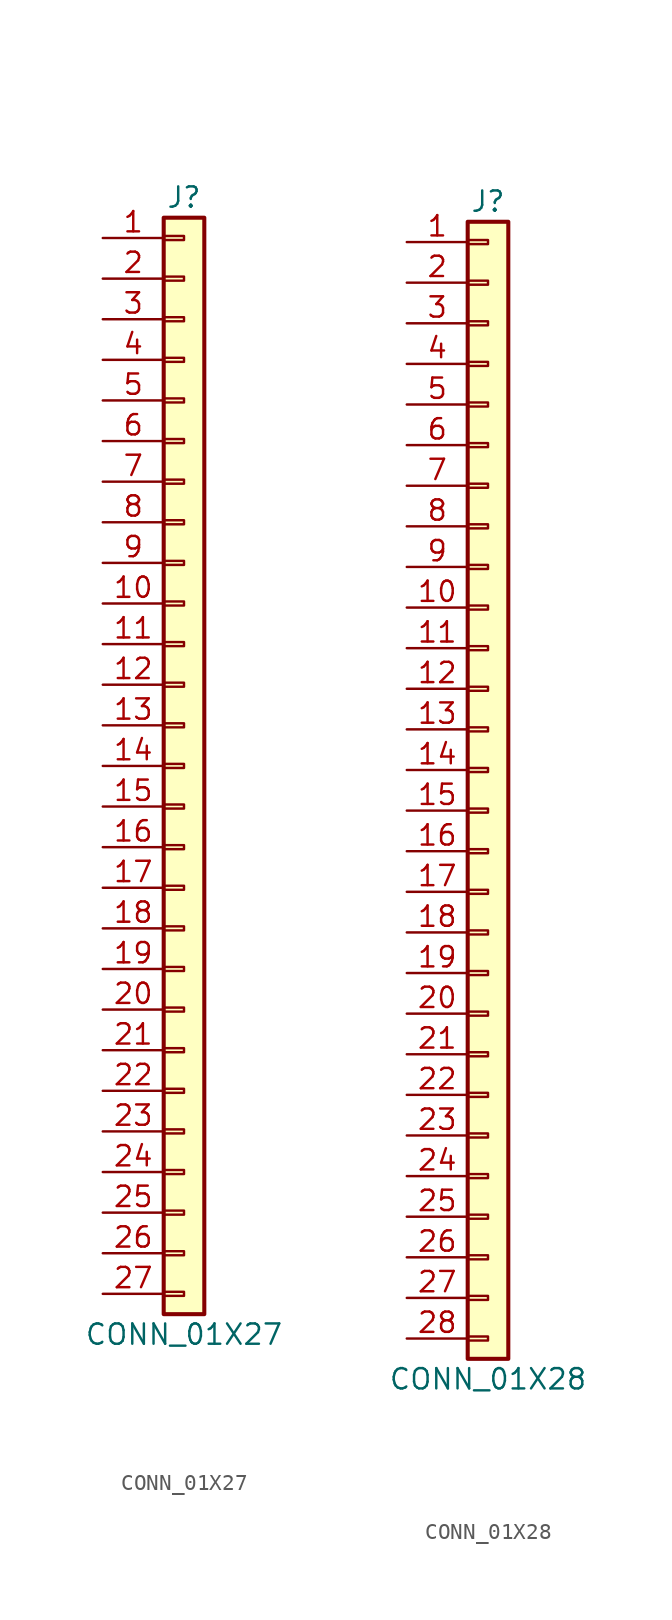
<source format=kicad_sym>
(kicad_symbol_lib
  (version 20211014)
  (generator kicad_symbol_editor)
  (symbol "CONN_01X27"
    (pin_names
      (offset 1.016) hide)
    (property "Reference" "J"
      (at 0 35.56 0)
      (effects (font (size 1.27 1.27))))
    (property "Value" "CONN_01X27"
      (at 0 -35.56 0)
      (effects (font (size 1.27 1.27))))
    (symbol "CONN_01X27_1_1"
      (rectangle (start -1.27 -32.893) (end 0 -33.147) (stroke (width 0.152) (type default) (color 0 0 0 0)) (fill (type none)))
      (rectangle (start -1.27 -30.353) (end 0 -30.607) (stroke (width 0.152) (type default) (color 0 0 0 0)) (fill (type none)))
      (rectangle (start -1.27 -27.813) (end 0 -28.067) (stroke (width 0.152) (type default) (color 0 0 0 0)) (fill (type none)))
      (rectangle (start -1.27 -25.273) (end 0 -25.527) (stroke (width 0.152) (type default) (color 0 0 0 0)) (fill (type none)))
      (rectangle (start -1.27 -22.733) (end 0 -22.987) (stroke (width 0.152) (type default) (color 0 0 0 0)) (fill (type none)))
      (rectangle (start -1.27 -20.193) (end 0 -20.447) (stroke (width 0.152) (type default) (color 0 0 0 0)) (fill (type none)))
      (rectangle (start -1.27 -17.653) (end 0 -17.907) (stroke (width 0.152) (type default) (color 0 0 0 0)) (fill (type none)))
      (rectangle (start -1.27 -15.113) (end 0 -15.367) (stroke (width 0.152) (type default) (color 0 0 0 0)) (fill (type none)))
      (rectangle (start -1.27 -12.573) (end 0 -12.827) (stroke (width 0.152) (type default) (color 0 0 0 0)) (fill (type none)))
      (rectangle (start -1.27 -10.033) (end 0 -10.287) (stroke (width 0.152) (type default) (color 0 0 0 0)) (fill (type none)))
      (rectangle (start -1.27 -7.493) (end 0 -7.747) (stroke (width 0.152) (type default) (color 0 0 0 0)) (fill (type none)))
      (rectangle (start -1.27 -4.953) (end 0 -5.207) (stroke (width 0.152) (type default) (color 0 0 0 0)) (fill (type none)))
      (rectangle (start -1.27 -2.413) (end 0 -2.667) (stroke (width 0.152) (type default) (color 0 0 0 0)) (fill (type none)))
      (rectangle (start -1.27 0.127) (end 0 -0.127) (stroke (width 0.152) (type default) (color 0 0 0 0)) (fill (type none)))
      (rectangle (start -1.27 2.667) (end 0 2.413) (stroke (width 0.152) (type default) (color 0 0 0 0)) (fill (type none)))
      (rectangle (start -1.27 5.207) (end 0 4.953) (stroke (width 0.152) (type default) (color 0 0 0 0)) (fill (type none)))
      (rectangle (start -1.27 7.747) (end 0 7.493) (stroke (width 0.152) (type default) (color 0 0 0 0)) (fill (type none)))
      (rectangle (start -1.27 10.287) (end 0 10.033) (stroke (width 0.152) (type default) (color 0 0 0 0)) (fill (type none)))
      (rectangle (start -1.27 12.827) (end 0 12.573) (stroke (width 0.152) (type default) (color 0 0 0 0)) (fill (type none)))
      (rectangle (start -1.27 15.367) (end 0 15.113) (stroke (width 0.152) (type default) (color 0 0 0 0)) (fill (type none)))
      (rectangle (start -1.27 17.907) (end 0 17.653) (stroke (width 0.152) (type default) (color 0 0 0 0)) (fill (type none)))
      (rectangle (start -1.27 20.447) (end 0 20.193) (stroke (width 0.152) (type default) (color 0 0 0 0)) (fill (type none)))
      (rectangle (start -1.27 22.987) (end 0 22.733) (stroke (width 0.152) (type default) (color 0 0 0 0)) (fill (type none)))
      (rectangle (start -1.27 25.527) (end 0 25.273) (stroke (width 0.152) (type default) (color 0 0 0 0)) (fill (type none)))
      (rectangle (start -1.27 28.067) (end 0 27.813) (stroke (width 0.152) (type default) (color 0 0 0 0)) (fill (type none)))
      (rectangle (start -1.27 30.607) (end 0 30.353) (stroke (width 0.152) (type default) (color 0 0 0 0)) (fill (type none)))
      (rectangle (start -1.27 33.147) (end 0 32.893) (stroke (width 0.152) (type default) (color 0 0 0 0)) (fill (type none)))
      (rectangle (start -1.27 34.29) (end 1.27 -34.29) (stroke (width 0.254) (type default) (color 0 0 0 0)) (fill (type background)))
      (pin passive line (at -5.08 33.02 0) (length 3.81) (name "Pin_1" (effects (font (size 1.27 1.27)))) (number "1" (effects (font (size 1.27 1.27)))))
      (pin passive line (at -5.08 10.16 0) (length 3.81) (name "Pin_10" (effects (font (size 1.27 1.27)))) (number "10" (effects (font (size 1.27 1.27)))))
      (pin passive line (at -5.08 7.62 0) (length 3.81) (name "Pin_11" (effects (font (size 1.27 1.27)))) (number "11" (effects (font (size 1.27 1.27)))))
      (pin passive line (at -5.08 5.08 0) (length 3.81) (name "Pin_12" (effects (font (size 1.27 1.27)))) (number "12" (effects (font (size 1.27 1.27)))))
      (pin passive line (at -5.08 2.54 0) (length 3.81) (name "Pin_13" (effects (font (size 1.27 1.27)))) (number "13" (effects (font (size 1.27 1.27)))))
      (pin passive line (at -5.08 0 0) (length 3.81) (name "Pin_14" (effects (font (size 1.27 1.27)))) (number "14" (effects (font (size 1.27 1.27)))))
      (pin passive line (at -5.08 -2.54 0) (length 3.81) (name "Pin_15" (effects (font (size 1.27 1.27)))) (number "15" (effects (font (size 1.27 1.27)))))
      (pin passive line (at -5.08 -5.08 0) (length 3.81) (name "Pin_16" (effects (font (size 1.27 1.27)))) (number "16" (effects (font (size 1.27 1.27)))))
      (pin passive line (at -5.08 -7.62 0) (length 3.81) (name "Pin_17" (effects (font (size 1.27 1.27)))) (number "17" (effects (font (size 1.27 1.27)))))
      (pin passive line (at -5.08 -10.16 0) (length 3.81) (name "Pin_18" (effects (font (size 1.27 1.27)))) (number "18" (effects (font (size 1.27 1.27)))))
      (pin passive line (at -5.08 -12.7 0) (length 3.81) (name "Pin_19" (effects (font (size 1.27 1.27)))) (number "19" (effects (font (size 1.27 1.27)))))
      (pin passive line (at -5.08 30.48 0) (length 3.81) (name "Pin_2" (effects (font (size 1.27 1.27)))) (number "2" (effects (font (size 1.27 1.27)))))
      (pin passive line (at -5.08 -15.24 0) (length 3.81) (name "Pin_20" (effects (font (size 1.27 1.27)))) (number "20" (effects (font (size 1.27 1.27)))))
      (pin passive line (at -5.08 -17.78 0) (length 3.81) (name "Pin_21" (effects (font (size 1.27 1.27)))) (number "21" (effects (font (size 1.27 1.27)))))
      (pin passive line (at -5.08 -20.32 0) (length 3.81) (name "Pin_22" (effects (font (size 1.27 1.27)))) (number "22" (effects (font (size 1.27 1.27)))))
      (pin passive line (at -5.08 -22.86 0) (length 3.81) (name "Pin_23" (effects (font (size 1.27 1.27)))) (number "23" (effects (font (size 1.27 1.27)))))
      (pin passive line (at -5.08 -25.4 0) (length 3.81) (name "Pin_24" (effects (font (size 1.27 1.27)))) (number "24" (effects (font (size 1.27 1.27)))))
      (pin passive line (at -5.08 -27.94 0) (length 3.81) (name "Pin_25" (effects (font (size 1.27 1.27)))) (number "25" (effects (font (size 1.27 1.27)))))
      (pin passive line (at -5.08 -30.48 0) (length 3.81) (name "Pin_26" (effects (font (size 1.27 1.27)))) (number "26" (effects (font (size 1.27 1.27)))))
      (pin passive line (at -5.08 -33.02 0) (length 3.81) (name "Pin_27" (effects (font (size 1.27 1.27)))) (number "27" (effects (font (size 1.27 1.27)))))
      (pin passive line (at -5.08 27.94 0) (length 3.81) (name "Pin_3" (effects (font (size 1.27 1.27)))) (number "3" (effects (font (size 1.27 1.27)))))
      (pin passive line (at -5.08 25.4 0) (length 3.81) (name "Pin_4" (effects (font (size 1.27 1.27)))) (number "4" (effects (font (size 1.27 1.27)))))
      (pin passive line (at -5.08 22.86 0) (length 3.81) (name "Pin_5" (effects (font (size 1.27 1.27)))) (number "5" (effects (font (size 1.27 1.27)))))
      (pin passive line (at -5.08 20.32 0) (length 3.81) (name "Pin_6" (effects (font (size 1.27 1.27)))) (number "6" (effects (font (size 1.27 1.27)))))
      (pin passive line (at -5.08 17.78 0) (length 3.81) (name "Pin_7" (effects (font (size 1.27 1.27)))) (number "7" (effects (font (size 1.27 1.27)))))
      (pin passive line (at -5.08 15.24 0) (length 3.81) (name "Pin_8" (effects (font (size 1.27 1.27)))) (number "8" (effects (font (size 1.27 1.27)))))
      (pin passive line (at -5.08 12.7 0) (length 3.81) (name "Pin_9" (effects (font (size 1.27 1.27)))) (number "9" (effects (font (size 1.27 1.27)))))))
  (symbol "CONN_01X28"
    (pin_names
      (offset 1.016) hide)
    (property "Reference" "J"
      (at 0 35.56 0)
      (effects (font (size 1.27 1.27))))
    (property "Value" "CONN_01X28"
      (at 0 -38.1 0)
      (effects (font (size 1.27 1.27))))
    (symbol "CONN_01X28_1_1"
      (rectangle (start -1.27 -35.433) (end 0 -35.687) (stroke (width 0.152) (type default) (color 0 0 0 0)) (fill (type none)))
      (rectangle (start -1.27 -32.893) (end 0 -33.147) (stroke (width 0.152) (type default) (color 0 0 0 0)) (fill (type none)))
      (rectangle (start -1.27 -30.353) (end 0 -30.607) (stroke (width 0.152) (type default) (color 0 0 0 0)) (fill (type none)))
      (rectangle (start -1.27 -27.813) (end 0 -28.067) (stroke (width 0.152) (type default) (color 0 0 0 0)) (fill (type none)))
      (rectangle (start -1.27 -25.273) (end 0 -25.527) (stroke (width 0.152) (type default) (color 0 0 0 0)) (fill (type none)))
      (rectangle (start -1.27 -22.733) (end 0 -22.987) (stroke (width 0.152) (type default) (color 0 0 0 0)) (fill (type none)))
      (rectangle (start -1.27 -20.193) (end 0 -20.447) (stroke (width 0.152) (type default) (color 0 0 0 0)) (fill (type none)))
      (rectangle (start -1.27 -17.653) (end 0 -17.907) (stroke (width 0.152) (type default) (color 0 0 0 0)) (fill (type none)))
      (rectangle (start -1.27 -15.113) (end 0 -15.367) (stroke (width 0.152) (type default) (color 0 0 0 0)) (fill (type none)))
      (rectangle (start -1.27 -12.573) (end 0 -12.827) (stroke (width 0.152) (type default) (color 0 0 0 0)) (fill (type none)))
      (rectangle (start -1.27 -10.033) (end 0 -10.287) (stroke (width 0.152) (type default) (color 0 0 0 0)) (fill (type none)))
      (rectangle (start -1.27 -7.493) (end 0 -7.747) (stroke (width 0.152) (type default) (color 0 0 0 0)) (fill (type none)))
      (rectangle (start -1.27 -4.953) (end 0 -5.207) (stroke (width 0.152) (type default) (color 0 0 0 0)) (fill (type none)))
      (rectangle (start -1.27 -2.413) (end 0 -2.667) (stroke (width 0.152) (type default) (color 0 0 0 0)) (fill (type none)))
      (rectangle (start -1.27 0.127) (end 0 -0.127) (stroke (width 0.152) (type default) (color 0 0 0 0)) (fill (type none)))
      (rectangle (start -1.27 2.667) (end 0 2.413) (stroke (width 0.152) (type default) (color 0 0 0 0)) (fill (type none)))
      (rectangle (start -1.27 5.207) (end 0 4.953) (stroke (width 0.152) (type default) (color 0 0 0 0)) (fill (type none)))
      (rectangle (start -1.27 7.747) (end 0 7.493) (stroke (width 0.152) (type default) (color 0 0 0 0)) (fill (type none)))
      (rectangle (start -1.27 10.287) (end 0 10.033) (stroke (width 0.152) (type default) (color 0 0 0 0)) (fill (type none)))
      (rectangle (start -1.27 12.827) (end 0 12.573) (stroke (width 0.152) (type default) (color 0 0 0 0)) (fill (type none)))
      (rectangle (start -1.27 15.367) (end 0 15.113) (stroke (width 0.152) (type default) (color 0 0 0 0)) (fill (type none)))
      (rectangle (start -1.27 17.907) (end 0 17.653) (stroke (width 0.152) (type default) (color 0 0 0 0)) (fill (type none)))
      (rectangle (start -1.27 20.447) (end 0 20.193) (stroke (width 0.152) (type default) (color 0 0 0 0)) (fill (type none)))
      (rectangle (start -1.27 22.987) (end 0 22.733) (stroke (width 0.152) (type default) (color 0 0 0 0)) (fill (type none)))
      (rectangle (start -1.27 25.527) (end 0 25.273) (stroke (width 0.152) (type default) (color 0 0 0 0)) (fill (type none)))
      (rectangle (start -1.27 28.067) (end 0 27.813) (stroke (width 0.152) (type default) (color 0 0 0 0)) (fill (type none)))
      (rectangle (start -1.27 30.607) (end 0 30.353) (stroke (width 0.152) (type default) (color 0 0 0 0)) (fill (type none)))
      (rectangle (start -1.27 33.147) (end 0 32.893) (stroke (width 0.152) (type default) (color 0 0 0 0)) (fill (type none)))
      (rectangle (start -1.27 34.29) (end 1.27 -36.83) (stroke (width 0.254) (type default) (color 0 0 0 0)) (fill (type background)))
      (pin passive line (at -5.08 33.02 0) (length 3.81) (name "Pin_1" (effects (font (size 1.27 1.27)))) (number "1" (effects (font (size 1.27 1.27)))))
      (pin passive line (at -5.08 10.16 0) (length 3.81) (name "Pin_10" (effects (font (size 1.27 1.27)))) (number "10" (effects (font (size 1.27 1.27)))))
      (pin passive line (at -5.08 7.62 0) (length 3.81) (name "Pin_11" (effects (font (size 1.27 1.27)))) (number "11" (effects (font (size 1.27 1.27)))))
      (pin passive line (at -5.08 5.08 0) (length 3.81) (name "Pin_12" (effects (font (size 1.27 1.27)))) (number "12" (effects (font (size 1.27 1.27)))))
      (pin passive line (at -5.08 2.54 0) (length 3.81) (name "Pin_13" (effects (font (size 1.27 1.27)))) (number "13" (effects (font (size 1.27 1.27)))))
      (pin passive line (at -5.08 0 0) (length 3.81) (name "Pin_14" (effects (font (size 1.27 1.27)))) (number "14" (effects (font (size 1.27 1.27)))))
      (pin passive line (at -5.08 -2.54 0) (length 3.81) (name "Pin_15" (effects (font (size 1.27 1.27)))) (number "15" (effects (font (size 1.27 1.27)))))
      (pin passive line (at -5.08 -5.08 0) (length 3.81) (name "Pin_16" (effects (font (size 1.27 1.27)))) (number "16" (effects (font (size 1.27 1.27)))))
      (pin passive line (at -5.08 -7.62 0) (length 3.81) (name "Pin_17" (effects (font (size 1.27 1.27)))) (number "17" (effects (font (size 1.27 1.27)))))
      (pin passive line (at -5.08 -10.16 0) (length 3.81) (name "Pin_18" (effects (font (size 1.27 1.27)))) (number "18" (effects (font (size 1.27 1.27)))))
      (pin passive line (at -5.08 -12.7 0) (length 3.81) (name "Pin_19" (effects (font (size 1.27 1.27)))) (number "19" (effects (font (size 1.27 1.27)))))
      (pin passive line (at -5.08 30.48 0) (length 3.81) (name "Pin_2" (effects (font (size 1.27 1.27)))) (number "2" (effects (font (size 1.27 1.27)))))
      (pin passive line (at -5.08 -15.24 0) (length 3.81) (name "Pin_20" (effects (font (size 1.27 1.27)))) (number "20" (effects (font (size 1.27 1.27)))))
      (pin passive line (at -5.08 -17.78 0) (length 3.81) (name "Pin_21" (effects (font (size 1.27 1.27)))) (number "21" (effects (font (size 1.27 1.27)))))
      (pin passive line (at -5.08 -20.32 0) (length 3.81) (name "Pin_22" (effects (font (size 1.27 1.27)))) (number "22" (effects (font (size 1.27 1.27)))))
      (pin passive line (at -5.08 -22.86 0) (length 3.81) (name "Pin_23" (effects (font (size 1.27 1.27)))) (number "23" (effects (font (size 1.27 1.27)))))
      (pin passive line (at -5.08 -25.4 0) (length 3.81) (name "Pin_24" (effects (font (size 1.27 1.27)))) (number "24" (effects (font (size 1.27 1.27)))))
      (pin passive line (at -5.08 -27.94 0) (length 3.81) (name "Pin_25" (effects (font (size 1.27 1.27)))) (number "25" (effects (font (size 1.27 1.27)))))
      (pin passive line (at -5.08 -30.48 0) (length 3.81) (name "Pin_26" (effects (font (size 1.27 1.27)))) (number "26" (effects (font (size 1.27 1.27)))))
      (pin passive line (at -5.08 -33.02 0) (length 3.81) (name "Pin_27" (effects (font (size 1.27 1.27)))) (number "27" (effects (font (size 1.27 1.27)))))
      (pin passive line (at -5.08 -35.56 0) (length 3.81) (name "Pin_28" (effects (font (size 1.27 1.27)))) (number "28" (effects (font (size 1.27 1.27)))))
      (pin passive line (at -5.08 27.94 0) (length 3.81) (name "Pin_3" (effects (font (size 1.27 1.27)))) (number "3" (effects (font (size 1.27 1.27)))))
      (pin passive line (at -5.08 25.4 0) (length 3.81) (name "Pin_4" (effects (font (size 1.27 1.27)))) (number "4" (effects (font (size 1.27 1.27)))))
      (pin passive line (at -5.08 22.86 0) (length 3.81) (name "Pin_5" (effects (font (size 1.27 1.27)))) (number "5" (effects (font (size 1.27 1.27)))))
      (pin passive line (at -5.08 20.32 0) (length 3.81) (name "Pin_6" (effects (font (size 1.27 1.27)))) (number "6" (effects (font (size 1.27 1.27)))))
      (pin passive line (at -5.08 17.78 0) (length 3.81) (name "Pin_7" (effects (font (size 1.27 1.27)))) (number "7" (effects (font (size 1.27 1.27)))))
      (pin passive line (at -5.08 15.24 0) (length 3.81) (name "Pin_8" (effects (font (size 1.27 1.27)))) (number "8" (effects (font (size 1.27 1.27)))))
      (pin passive line (at -5.08 12.7 0) (length 3.81) (name "Pin_9" (effects (font (size 1.27 1.27)))) (number "9" (effects (font (size 1.27 1.27))))))))
</source>
